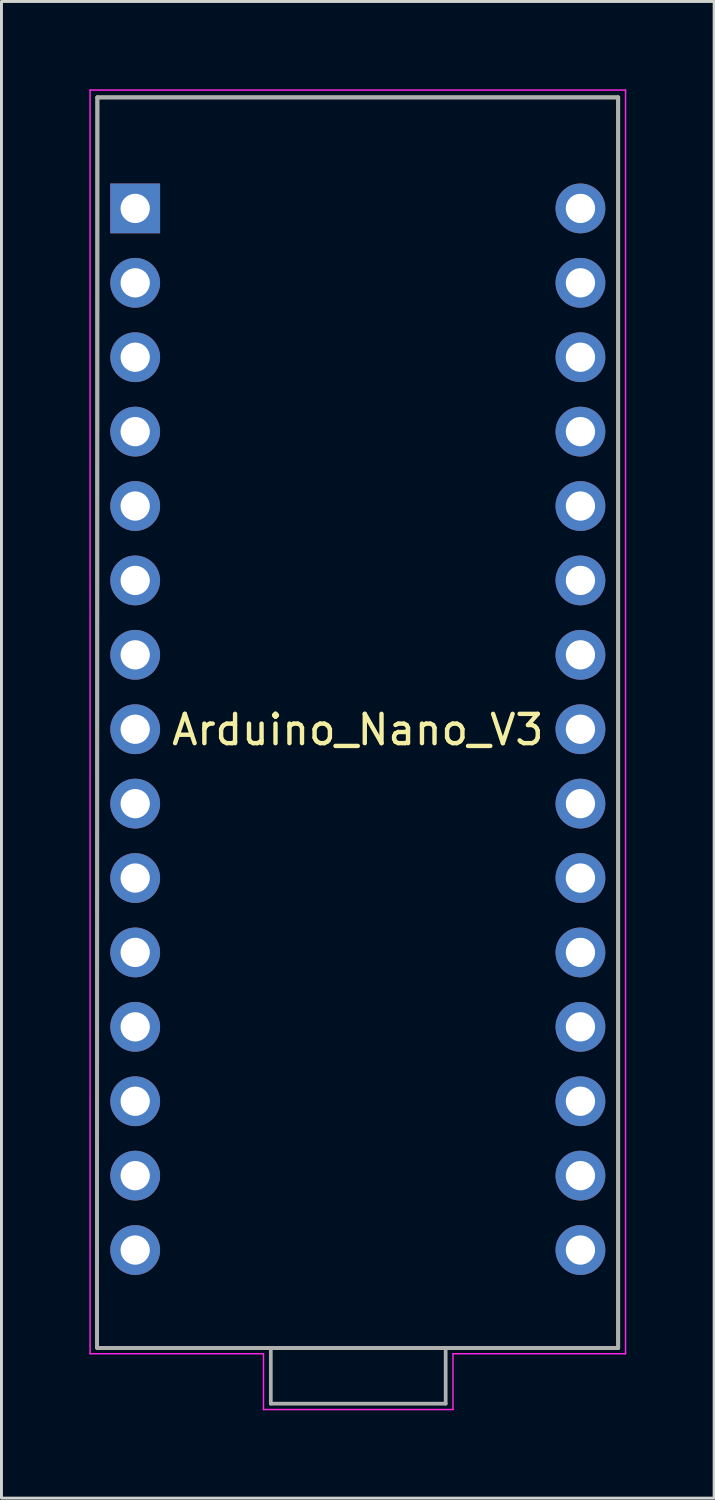
<source format=kicad_pcb>
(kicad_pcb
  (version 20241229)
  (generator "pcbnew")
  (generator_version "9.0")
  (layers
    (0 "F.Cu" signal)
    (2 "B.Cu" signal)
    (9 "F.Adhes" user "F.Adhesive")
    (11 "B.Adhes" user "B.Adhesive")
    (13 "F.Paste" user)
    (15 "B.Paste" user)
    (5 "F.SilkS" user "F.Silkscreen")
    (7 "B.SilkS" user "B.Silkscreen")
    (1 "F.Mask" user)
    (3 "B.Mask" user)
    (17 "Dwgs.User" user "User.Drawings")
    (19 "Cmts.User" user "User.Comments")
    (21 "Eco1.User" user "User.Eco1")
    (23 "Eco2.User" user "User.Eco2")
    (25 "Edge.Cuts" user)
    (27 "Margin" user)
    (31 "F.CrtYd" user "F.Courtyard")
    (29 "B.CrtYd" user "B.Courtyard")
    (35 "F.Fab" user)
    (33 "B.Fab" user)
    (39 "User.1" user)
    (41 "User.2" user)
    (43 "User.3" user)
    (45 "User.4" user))
  (footprint "Arduino_Nano_V3"
    (layer "F.Cu")
    (at 9.165 21.865)
    (property "Reference" "Arduino_Nano_V3" (at 0 0 0) (layer "F.SilkS") (effects (font (size 1 1) (thickness 0.15))))
    (attr through_hole)
    (fp_line (start -8.9 21.1) (end -8.89 -21.59) (stroke (width 0.127) (type solid)) (layer "F.SilkS"))
    (fp_line (start -8.89 -21.59) (end 8.89 -21.59) (stroke (width 0.127) (type solid)) (layer "F.SilkS"))
    (fp_line (start 8.89 -21.59) (end 8.89 21.1) (stroke (width 0.127) (type solid)) (layer "F.SilkS"))
    (fp_line (start 8.89 21.1) (end -8.89 21.1) (stroke (width 0.127) (type solid)) (layer "F.SilkS"))
    (fp_line (start -9.14 -21.84) (end 9.14 -21.84) (stroke (width 0.05) (type solid)) (layer "F.CrtYd"))
    (fp_line (start -9.14 21.3) (end -9.14 -21.84) (stroke (width 0.05) (type solid)) (layer "F.CrtYd"))
    (fp_line (start -9.14 21.3) (end -3.22 21.3) (stroke (width 0.05) (type solid)) (layer "F.CrtYd"))
    (fp_line (start -3.22 21.3) (end -3.22 23.205) (stroke (width 0.05) (type solid)) (layer "F.CrtYd"))
    (fp_line (start -3.22 23.205) (end 3.25 23.205) (stroke (width 0.05) (type solid)) (layer "F.CrtYd"))
    (fp_line (start 3.25 21.3) (end 9.14 21.3) (stroke (width 0.05) (type solid)) (layer "F.CrtYd"))
    (fp_line (start 3.25 23.205) (end 3.25 21.3) (stroke (width 0.05) (type solid)) (layer "F.CrtYd"))
    (fp_line (start 9.14 -21.84) (end 9.14 21.3) (stroke (width 0.05) (type solid)) (layer "F.CrtYd"))
    (fp_line (start -8.9 21.1) (end -8.89 -21.59) (stroke (width 0.127) (type solid)) (layer "F.Fab"))
    (fp_line (start -8.89 -21.59) (end 8.89 -21.59) (stroke (width 0.127) (type solid)) (layer "F.Fab"))
    (fp_line (start -3 21.1) (end -8.89 21.1) (stroke (width 0.127) (type solid)) (layer "F.Fab"))
    (fp_line (start -2.97 21.1) (end -2.97 23.005) (stroke (width 0.127) (type solid)) (layer "F.Fab"))
    (fp_line (start -2.97 23.005) (end 3 23.005) (stroke (width 0.127) (type solid)) (layer "F.Fab"))
    (fp_line (start 3 21.1) (end -2.97 21.1) (stroke (width 0.127) (type solid)) (layer "F.Fab"))
    (fp_line (start 3 23.005) (end 3 21.1) (stroke (width 0.127) (type solid)) (layer "F.Fab"))
    (fp_line (start 8.89 -21.59) (end 8.89 21.1) (stroke (width 0.127) (type solid)) (layer "F.Fab"))
    (fp_line (start 8.89 21.1) (end 3 21.1) (stroke (width 0.127) (type solid)) (layer "F.Fab"))
    (pad "1" thru_hole rect (at -7.6 -17.8) (size 1.7 1.7) (drill 1) (layers "*.Cu" "*.Mask"))
    (pad "2" thru_hole oval (at -7.6 -15.26) (size 1.7 1.7) (drill 1) (layers "*.Cu" "*.Mask"))
    (pad "3" thru_hole oval (at -7.6 -12.72) (size 1.7 1.7) (drill 1) (layers "*.Cu" "*.Mask"))
    (pad "4" thru_hole oval (at -7.6 -10.18) (size 1.7 1.7) (drill 1) (layers "*.Cu" "*.Mask"))
    (pad "5" thru_hole oval (at -7.6 -7.64) (size 1.7 1.7) (drill 1) (layers "*.Cu" "*.Mask"))
    (pad "6" thru_hole oval (at -7.6 -5.1) (size 1.7 1.7) (drill 1) (layers "*.Cu" "*.Mask"))
    (pad "7" thru_hole oval (at -7.6 -2.56) (size 1.7 1.7) (drill 1) (layers "*.Cu" "*.Mask"))
    (pad "8" thru_hole oval (at -7.6 -0.02) (size 1.7 1.7) (drill 1) (layers "*.Cu" "*.Mask"))
    (pad "9" thru_hole oval (at -7.6 2.52) (size 1.7 1.7) (drill 1) (layers "*.Cu" "*.Mask"))
    (pad "10" thru_hole oval (at -7.6 5.06) (size 1.7 1.7) (drill 1) (layers "*.Cu" "*.Mask"))
    (pad "11" thru_hole oval (at -7.6 7.6) (size 1.7 1.7) (drill 1) (layers "*.Cu" "*.Mask"))
    (pad "12" thru_hole oval (at -7.6 10.14) (size 1.7 1.7) (drill 1) (layers "*.Cu" "*.Mask"))
    (pad "13" thru_hole oval (at -7.6 12.68) (size 1.7 1.7) (drill 1) (layers "*.Cu" "*.Mask"))
    (pad "14" thru_hole oval (at -7.6 15.22) (size 1.7 1.7) (drill 1) (layers "*.Cu" "*.Mask"))
    (pad "15" thru_hole oval (at -7.6 17.76) (size 1.7 1.7) (drill 1) (layers "*.Cu" "*.Mask"))
    (pad "16" thru_hole oval (at 7.6 17.76) (size 1.7 1.7) (drill 1) (layers "*.Cu" "*.Mask"))
    (pad "17" thru_hole oval (at 7.6 15.22) (size 1.7 1.7) (drill 1) (layers "*.Cu" "*.Mask"))
    (pad "18" thru_hole oval (at 7.6 12.68) (size 1.7 1.7) (drill 1) (layers "*.Cu" "*.Mask"))
    (pad "19" thru_hole oval (at 7.6 10.14) (size 1.7 1.7) (drill 1) (layers "*.Cu" "*.Mask"))
    (pad "20" thru_hole oval (at 7.6 7.6) (size 1.7 1.7) (drill 1) (layers "*.Cu" "*.Mask"))
    (pad "21" thru_hole oval (at 7.6 5.06) (size 1.7 1.7) (drill 1) (layers "*.Cu" "*.Mask"))
    (pad "22" thru_hole oval (at 7.6 2.52) (size 1.7 1.7) (drill 1) (layers "*.Cu" "*.Mask"))
    (pad "23" thru_hole oval (at 7.6 -0.02) (size 1.7 1.7) (drill 1) (layers "*.Cu" "*.Mask"))
    (pad "24" thru_hole oval (at 7.6 -2.56) (size 1.7 1.7) (drill 1) (layers "*.Cu" "*.Mask"))
    (pad "25" thru_hole oval (at 7.6 -5.1) (size 1.7 1.7) (drill 1) (layers "*.Cu" "*.Mask"))
    (pad "26" thru_hole oval (at 7.6 -7.64) (size 1.7 1.7) (drill 1) (layers "*.Cu" "*.Mask"))
    (pad "27" thru_hole oval (at 7.6 -10.18) (size 1.7 1.7) (drill 1) (layers "*.Cu" "*.Mask"))
    (pad "28" thru_hole oval (at 7.6 -12.72) (size 1.7 1.7) (drill 1) (layers "*.Cu" "*.Mask"))
    (pad "29" thru_hole oval (at 7.6 -15.26) (size 1.7 1.7) (drill 1) (layers "*.Cu" "*.Mask"))
    (pad "30" thru_hole oval (at 7.6 -17.8) (size 1.7 1.7) (drill 1) (layers "*.Cu" "*.Mask")))
  (gr_rect
    (start -3 -3)
    (end 21.33 48.095)
    (stroke (width 0.1) (type default))
    (fill no)
    (layer "Edge.Cuts")))
</source>
